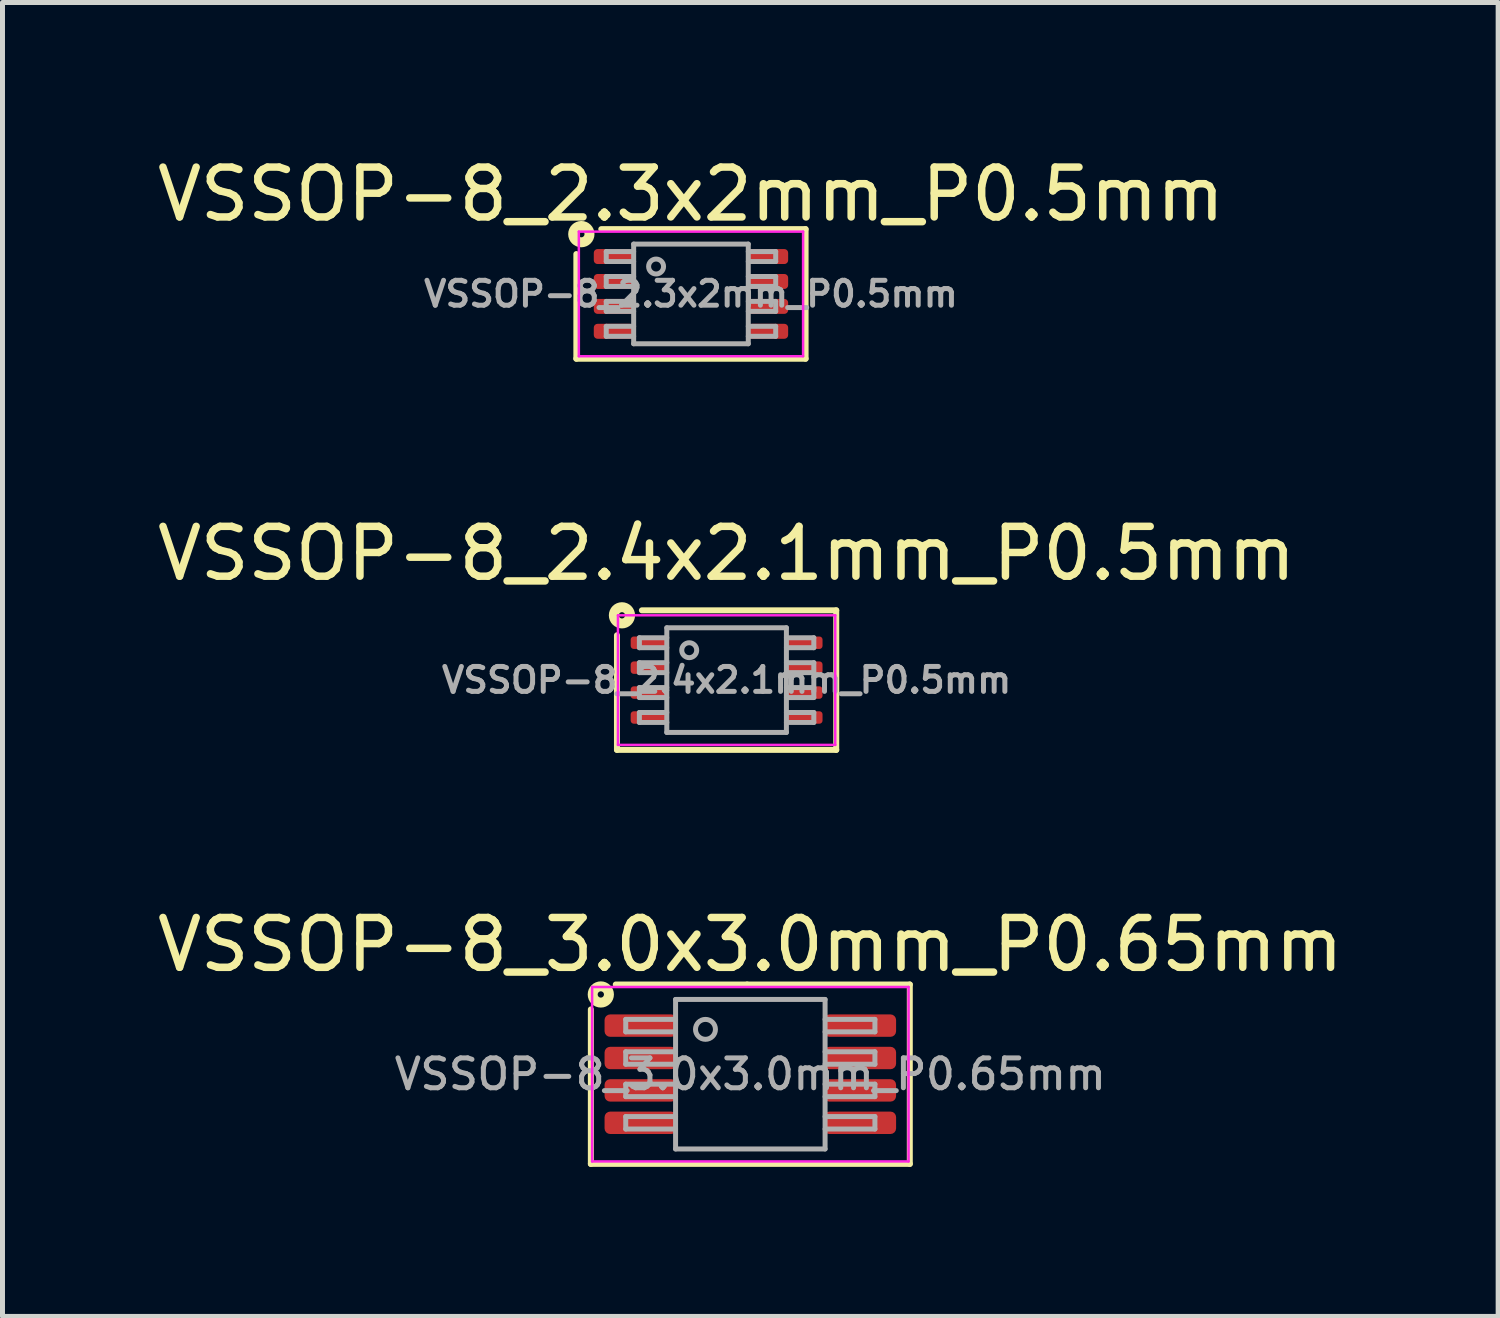
<source format=kicad_pcb>
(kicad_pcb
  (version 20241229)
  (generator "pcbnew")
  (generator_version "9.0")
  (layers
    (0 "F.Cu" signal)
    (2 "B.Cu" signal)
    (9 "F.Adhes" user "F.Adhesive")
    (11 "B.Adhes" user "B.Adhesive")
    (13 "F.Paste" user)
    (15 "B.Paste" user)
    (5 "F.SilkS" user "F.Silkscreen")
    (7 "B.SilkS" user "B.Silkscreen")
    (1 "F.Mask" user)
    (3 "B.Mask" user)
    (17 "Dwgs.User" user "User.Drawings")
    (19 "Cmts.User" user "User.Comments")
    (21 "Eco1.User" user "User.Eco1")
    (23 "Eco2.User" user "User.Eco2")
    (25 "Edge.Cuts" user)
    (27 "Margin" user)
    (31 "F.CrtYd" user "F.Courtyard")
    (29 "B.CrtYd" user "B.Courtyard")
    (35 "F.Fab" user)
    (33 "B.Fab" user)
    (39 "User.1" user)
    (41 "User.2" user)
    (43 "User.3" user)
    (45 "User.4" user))
  (footprint "VSSOP-8_2.3x2mm_P0.5mm"
    (layer "F.Cu")
    (at 10.815 2.848)
    (property "Reference" "VSSOP-8_2.3x2mm_P0.5mm" (at 0 -2 0) (layer "F.SilkS") (effects (font (size 1 1) (thickness 0.15))))
    (attr smd)
    (fp_line (start -2.3 -0.8) (end -2.3 1.3) (stroke (width 0.12) (type solid)) (layer "F.SilkS"))
    (fp_line (start -2.3 1.3) (end 2.3 1.3) (stroke (width 0.12) (type solid)) (layer "F.SilkS"))
    (fp_line (start 2.3 -1.3) (end -1.8 -1.3) (stroke (width 0.12) (type solid)) (layer "F.SilkS"))
    (fp_line (start 2.3 1.3) (end 2.3 -1.3) (stroke (width 0.12) (type solid)) (layer "F.SilkS"))
    (fp_circle (center -2.2 -1.2) (end -2.136 -1.2) (stroke (width 0.2) (type solid)) (fill no) (layer "F.SilkS"))
    (fp_line (start -2.25 -1.25) (end 2.25 -1.25) (stroke (width 0.05) (type solid)) (layer "F.CrtYd"))
    (fp_line (start -2.25 1.25) (end -2.25 -1.25) (stroke (width 0.05) (type solid)) (layer "F.CrtYd"))
    (fp_line (start 2.25 -1.25) (end 2.25 1.25) (stroke (width 0.05) (type solid)) (layer "F.CrtYd"))
    (fp_line (start 2.25 1.25) (end -2.25 1.25) (stroke (width 0.05) (type solid)) (layer "F.CrtYd"))
    (fp_line (start -1.7 -0.85) (end -1.7 -0.65) (stroke (width 0.1) (type solid)) (layer "F.Fab"))
    (fp_line (start -1.7 -0.85) (end -1.15 -0.85) (stroke (width 0.1) (type solid)) (layer "F.Fab"))
    (fp_line (start -1.7 -0.65) (end -1.15 -0.65) (stroke (width 0.1) (type solid)) (layer "F.Fab"))
    (fp_line (start -1.7 -0.35) (end -1.7 -0.15) (stroke (width 0.1) (type solid)) (layer "F.Fab"))
    (fp_line (start -1.7 -0.35) (end -1.15 -0.35) (stroke (width 0.1) (type solid)) (layer "F.Fab"))
    (fp_line (start -1.7 -0.15) (end -1.15 -0.15) (stroke (width 0.1) (type solid)) (layer "F.Fab"))
    (fp_line (start -1.7 0.15) (end -1.7 0.35) (stroke (width 0.1) (type solid)) (layer "F.Fab"))
    (fp_line (start -1.7 0.15) (end -1.15 0.15) (stroke (width 0.1) (type solid)) (layer "F.Fab"))
    (fp_line (start -1.7 0.35) (end -1.15 0.35) (stroke (width 0.1) (type solid)) (layer "F.Fab"))
    (fp_line (start -1.7 0.65) (end -1.7 0.85) (stroke (width 0.1) (type solid)) (layer "F.Fab"))
    (fp_line (start -1.7 0.65) (end -1.15 0.65) (stroke (width 0.1) (type solid)) (layer "F.Fab"))
    (fp_line (start -1.7 0.85) (end -1.15 0.85) (stroke (width 0.1) (type solid)) (layer "F.Fab"))
    (fp_line (start -1.15 -1) (end 1.15 -1) (stroke (width 0.1) (type solid)) (layer "F.Fab"))
    (fp_line (start -1.15 1) (end -1.15 -1) (stroke (width 0.1) (type solid)) (layer "F.Fab"))
    (fp_line (start 1.15 -1) (end 1.15 1) (stroke (width 0.1) (type solid)) (layer "F.Fab"))
    (fp_line (start 1.15 1) (end -1.15 1) (stroke (width 0.1) (type solid)) (layer "F.Fab"))
    (fp_line (start 1.7 -0.85) (end 1.15 -0.85) (stroke (width 0.1) (type solid)) (layer "F.Fab"))
    (fp_line (start 1.7 -0.65) (end 1.15 -0.65) (stroke (width 0.1) (type solid)) (layer "F.Fab"))
    (fp_line (start 1.7 -0.65) (end 1.7 -0.85) (stroke (width 0.1) (type solid)) (layer "F.Fab"))
    (fp_line (start 1.7 -0.35) (end 1.15 -0.35) (stroke (width 0.1) (type solid)) (layer "F.Fab"))
    (fp_line (start 1.7 -0.15) (end 1.15 -0.15) (stroke (width 0.1) (type solid)) (layer "F.Fab"))
    (fp_line (start 1.7 -0.15) (end 1.7 -0.35) (stroke (width 0.1) (type solid)) (layer "F.Fab"))
    (fp_line (start 1.7 0.15) (end 1.15 0.15) (stroke (width 0.1) (type solid)) (layer "F.Fab"))
    (fp_line (start 1.7 0.35) (end 1.15 0.35) (stroke (width 0.1) (type solid)) (layer "F.Fab"))
    (fp_line (start 1.7 0.35) (end 1.7 0.15) (stroke (width 0.1) (type solid)) (layer "F.Fab"))
    (fp_line (start 1.7 0.65) (end 1.15 0.65) (stroke (width 0.1) (type solid)) (layer "F.Fab"))
    (fp_line (start 1.7 0.85) (end 1.15 0.85) (stroke (width 0.1) (type solid)) (layer "F.Fab"))
    (fp_line (start 1.7 0.85) (end 1.7 0.65) (stroke (width 0.1) (type solid)) (layer "F.Fab"))
    (fp_circle (center -0.7 -0.55) (end -0.55 -0.55) (stroke (width 0.1) (type solid)) (fill no) (layer "F.Fab"))
    (fp_text user "${REFERENCE}" (at 0 0 0) (layer "F.Fab") (effects (font (size 0.5 0.5) (thickness 0.1))))
    (pad "1" smd roundrect (at -1.55 -0.75 270) (size 0.3 0.8) (layers "F.Cu" "F.Mask" "F.Paste") (roundrect_rratio 0.25))
    (pad "2" smd roundrect (at -1.55 -0.25 270) (size 0.3 0.8) (layers "F.Cu" "F.Mask" "F.Paste") (roundrect_rratio 0.25))
    (pad "3" smd roundrect (at -1.55 0.25 270) (size 0.3 0.8) (layers "F.Cu" "F.Mask" "F.Paste") (roundrect_rratio 0.25))
    (pad "4" smd roundrect (at -1.55 0.75 270) (size 0.3 0.8) (layers "F.Cu" "F.Mask" "F.Paste") (roundrect_rratio 0.25))
    (pad "5" smd roundrect (at 1.55 0.75 270) (size 0.3 0.8) (layers "F.Cu" "F.Mask" "F.Paste") (roundrect_rratio 0.25))
    (pad "6" smd roundrect (at 1.55 0.25 270) (size 0.3 0.8) (layers "F.Cu" "F.Mask" "F.Paste") (roundrect_rratio 0.25))
    (pad "7" smd roundrect (at 1.55 -0.25 270) (size 0.3 0.8) (layers "F.Cu" "F.Mask" "F.Paste") (roundrect_rratio 0.25))
    (pad "8" smd roundrect (at 1.55 -0.75 270) (size 0.3 0.8) (layers "F.Cu" "F.Mask" "F.Paste") (roundrect_rratio 0.25)))
  (footprint "VSSOP-8_2.4x2.1mm_P0.5mm"
    (layer "F.Cu")
    (at 11.53 10.597)
    (property "Reference" "VSSOP-8_2.4x2.1mm_P0.5mm" (at 0 -2.54 0) (layer "F.SilkS") (effects (font (size 1 1) (thickness 0.15))))
    (attr smd)
    (fp_line (start -2.2 -0.9) (end -2.2 1.4) (stroke (width 0.12) (type solid)) (layer "F.SilkS"))
    (fp_line (start -2.2 1.4) (end 2.2 1.4) (stroke (width 0.12) (type solid)) (layer "F.SilkS"))
    (fp_line (start 2.2 -1.4) (end -1.7 -1.4) (stroke (width 0.12) (type solid)) (layer "F.SilkS"))
    (fp_line (start 2.2 1.4) (end 2.2 -1.4) (stroke (width 0.12) (type solid)) (layer "F.SilkS"))
    (fp_circle (center -2.1 -1.3) (end -2.037 -1.3) (stroke (width 0.2) (type solid)) (fill no) (layer "F.SilkS"))
    (fp_line (start -2.18 -1.3) (end 2.18 -1.3) (stroke (width 0.05) (type solid)) (layer "F.CrtYd"))
    (fp_line (start -2.18 1.3) (end -2.18 -1.3) (stroke (width 0.05) (type solid)) (layer "F.CrtYd"))
    (fp_line (start 2.18 -1.3) (end 2.18 1.3) (stroke (width 0.05) (type solid)) (layer "F.CrtYd"))
    (fp_line (start 2.18 1.3) (end -2.18 1.3) (stroke (width 0.05) (type solid)) (layer "F.CrtYd"))
    (fp_line (start -1.75 -0.85) (end -1.75 -0.65) (stroke (width 0.1) (type solid)) (layer "F.Fab"))
    (fp_line (start -1.75 -0.85) (end -1.2 -0.85) (stroke (width 0.1) (type solid)) (layer "F.Fab"))
    (fp_line (start -1.75 -0.65) (end -1.2 -0.65) (stroke (width 0.1) (type solid)) (layer "F.Fab"))
    (fp_line (start -1.75 -0.35) (end -1.75 -0.15) (stroke (width 0.1) (type solid)) (layer "F.Fab"))
    (fp_line (start -1.75 -0.35) (end -1.2 -0.35) (stroke (width 0.1) (type solid)) (layer "F.Fab"))
    (fp_line (start -1.75 -0.15) (end -1.2 -0.15) (stroke (width 0.1) (type solid)) (layer "F.Fab"))
    (fp_line (start -1.75 0.15) (end -1.75 0.35) (stroke (width 0.1) (type solid)) (layer "F.Fab"))
    (fp_line (start -1.75 0.15) (end -1.2 0.15) (stroke (width 0.1) (type solid)) (layer "F.Fab"))
    (fp_line (start -1.75 0.35) (end -1.2 0.35) (stroke (width 0.1) (type solid)) (layer "F.Fab"))
    (fp_line (start -1.75 0.65) (end -1.75 0.85) (stroke (width 0.1) (type solid)) (layer "F.Fab"))
    (fp_line (start -1.75 0.65) (end -1.2 0.65) (stroke (width 0.1) (type solid)) (layer "F.Fab"))
    (fp_line (start -1.75 0.85) (end -1.2 0.85) (stroke (width 0.1) (type solid)) (layer "F.Fab"))
    (fp_line (start -1.2 -1.05) (end -1.2 1.05) (stroke (width 0.1) (type solid)) (layer "F.Fab"))
    (fp_line (start -1.2 1.05) (end 1.2 1.05) (stroke (width 0.1) (type solid)) (layer "F.Fab"))
    (fp_line (start 1.2 -1.05) (end -1.2 -1.05) (stroke (width 0.1) (type solid)) (layer "F.Fab"))
    (fp_line (start 1.2 1.05) (end 1.2 -1.05) (stroke (width 0.1) (type solid)) (layer "F.Fab"))
    (fp_line (start 1.75 -0.85) (end 1.2 -0.85) (stroke (width 0.1) (type solid)) (layer "F.Fab"))
    (fp_line (start 1.75 -0.65) (end 1.2 -0.65) (stroke (width 0.1) (type solid)) (layer "F.Fab"))
    (fp_line (start 1.75 -0.65) (end 1.75 -0.85) (stroke (width 0.1) (type solid)) (layer "F.Fab"))
    (fp_line (start 1.75 -0.35) (end 1.2 -0.35) (stroke (width 0.1) (type solid)) (layer "F.Fab"))
    (fp_line (start 1.75 -0.15) (end 1.2 -0.15) (stroke (width 0.1) (type solid)) (layer "F.Fab"))
    (fp_line (start 1.75 -0.15) (end 1.75 -0.35) (stroke (width 0.1) (type solid)) (layer "F.Fab"))
    (fp_line (start 1.75 0.15) (end 1.2 0.15) (stroke (width 0.1) (type solid)) (layer "F.Fab"))
    (fp_line (start 1.75 0.35) (end 1.2 0.35) (stroke (width 0.1) (type solid)) (layer "F.Fab"))
    (fp_line (start 1.75 0.35) (end 1.75 0.15) (stroke (width 0.1) (type solid)) (layer "F.Fab"))
    (fp_line (start 1.75 0.65) (end 1.2 0.65) (stroke (width 0.1) (type solid)) (layer "F.Fab"))
    (fp_line (start 1.75 0.85) (end 1.2 0.85) (stroke (width 0.1) (type solid)) (layer "F.Fab"))
    (fp_line (start 1.75 0.85) (end 1.75 0.65) (stroke (width 0.1) (type solid)) (layer "F.Fab"))
    (fp_circle (center -0.75 -0.6) (end -0.6 -0.6) (stroke (width 0.1) (type solid)) (fill no) (layer "F.Fab"))
    (fp_text user "${REFERENCE}" (at 0 0 0) (layer "F.Fab") (effects (font (size 0.5 0.5) (thickness 0.1))))
    (pad "1" smd roundrect (at -1.55 -0.75) (size 0.75 0.25) (layers "F.Cu" "F.Mask" "F.Paste") (roundrect_rratio 0.25))
    (pad "2" smd roundrect (at -1.55 -0.25) (size 0.75 0.25) (layers "F.Cu" "F.Mask" "F.Paste") (roundrect_rratio 0.25))
    (pad "3" smd roundrect (at -1.55 0.25) (size 0.75 0.25) (layers "F.Cu" "F.Mask" "F.Paste") (roundrect_rratio 0.25))
    (pad "4" smd roundrect (at -1.55 0.75) (size 0.75 0.25) (layers "F.Cu" "F.Mask" "F.Paste") (roundrect_rratio 0.25))
    (pad "5" smd roundrect (at 1.55 0.75) (size 0.75 0.25) (layers "F.Cu" "F.Mask" "F.Paste") (roundrect_rratio 0.25))
    (pad "6" smd roundrect (at 1.55 0.25) (size 0.75 0.25) (layers "F.Cu" "F.Mask" "F.Paste") (roundrect_rratio 0.25))
    (pad "7" smd roundrect (at 1.55 -0.25) (size 0.75 0.25) (layers "F.Cu" "F.Mask" "F.Paste") (roundrect_rratio 0.25))
    (pad "8" smd roundrect (at 1.55 -0.75) (size 0.75 0.25) (layers "F.Cu" "F.Mask" "F.Paste") (roundrect_rratio 0.25)))
  (footprint "VSSOP-8_3.0x3.0mm_P0.65mm"
    (layer "F.Cu")
    (at 12.006 18.505)
    (property "Reference" "VSSOP-8_3.0x3.0mm_P0.65mm" (at 0 -2.6 0) (layer "F.SilkS") (effects (font (size 1 1) (thickness 0.15))))
    (attr smd)
    (fp_line (start -3.2 1.8) (end -3.2 -1.3) (stroke (width 0.12) (type solid)) (layer "F.SilkS"))
    (fp_line (start -3.2 1.8) (end 3.2 1.8) (stroke (width 0.12) (type solid)) (layer "F.SilkS"))
    (fp_line (start -0.064 -1.8) (end -2.7 -1.8) (stroke (width 0.12) (type solid)) (layer "F.SilkS"))
    (fp_line (start 3.2 -1.8) (end -0.064 -1.8) (stroke (width 0.12) (type solid)) (layer "F.SilkS"))
    (fp_line (start 3.2 1.8) (end 3.2 -1.8) (stroke (width 0.12) (type solid)) (layer "F.SilkS"))
    (fp_circle (center -3 -1.6) (end -2.937 -1.6) (stroke (width 0.2) (type solid)) (fill no) (layer "F.SilkS"))
    (fp_line (start -3.175 -1.75) (end 3.175 -1.75) (stroke (width 0.05) (type solid)) (layer "F.CrtYd"))
    (fp_line (start -3.175 1.75) (end -3.175 -1.75) (stroke (width 0.05) (type solid)) (layer "F.CrtYd"))
    (fp_line (start 3.175 -1.75) (end 3.175 1.75) (stroke (width 0.05) (type solid)) (layer "F.CrtYd"))
    (fp_line (start 3.175 1.75) (end -3.175 1.75) (stroke (width 0.05) (type solid)) (layer "F.CrtYd"))
    (fp_line (start -2.5 -1.1) (end -2.5 -0.85) (stroke (width 0.1) (type solid)) (layer "F.Fab"))
    (fp_line (start -2.5 -1.1) (end -1.5 -1.1) (stroke (width 0.1) (type solid)) (layer "F.Fab"))
    (fp_line (start -2.5 -0.85) (end -1.5 -0.85) (stroke (width 0.1) (type solid)) (layer "F.Fab"))
    (fp_line (start -2.5 -0.45) (end -2.5 -0.2) (stroke (width 0.1) (type solid)) (layer "F.Fab"))
    (fp_line (start -2.5 -0.45) (end -1.5 -0.45) (stroke (width 0.1) (type solid)) (layer "F.Fab"))
    (fp_line (start -2.5 -0.2) (end -1.5 -0.2) (stroke (width 0.1) (type solid)) (layer "F.Fab"))
    (fp_line (start -2.5 0.2) (end -2.5 0.45) (stroke (width 0.1) (type solid)) (layer "F.Fab"))
    (fp_line (start -2.5 0.2) (end -1.5 0.2) (stroke (width 0.1) (type solid)) (layer "F.Fab"))
    (fp_line (start -2.5 0.45) (end -1.5 0.45) (stroke (width 0.1) (type solid)) (layer "F.Fab"))
    (fp_line (start -2.5 0.85) (end -2.5 1.1) (stroke (width 0.1) (type solid)) (layer "F.Fab"))
    (fp_line (start -2.5 0.85) (end -1.5 0.85) (stroke (width 0.1) (type solid)) (layer "F.Fab"))
    (fp_line (start -2.5 1.1) (end -1.5 1.1) (stroke (width 0.1) (type solid)) (layer "F.Fab"))
    (fp_line (start -1.5 -1.5) (end 1.5 -1.5) (stroke (width 0.1) (type solid)) (layer "F.Fab"))
    (fp_line (start -1.5 1.5) (end -1.5 -1.5) (stroke (width 0.1) (type solid)) (layer "F.Fab"))
    (fp_line (start 1.5 -1.5) (end 1.5 1.5) (stroke (width 0.1) (type solid)) (layer "F.Fab"))
    (fp_line (start 1.5 1.5) (end -1.5 1.5) (stroke (width 0.1) (type solid)) (layer "F.Fab"))
    (fp_line (start 2.5 -1.1) (end 1.5 -1.1) (stroke (width 0.1) (type solid)) (layer "F.Fab"))
    (fp_line (start 2.5 -0.85) (end 1.5 -0.85) (stroke (width 0.1) (type solid)) (layer "F.Fab"))
    (fp_line (start 2.5 -0.85) (end 2.5 -1.1) (stroke (width 0.1) (type solid)) (layer "F.Fab"))
    (fp_line (start 2.5 -0.45) (end 1.5 -0.45) (stroke (width 0.1) (type solid)) (layer "F.Fab"))
    (fp_line (start 2.5 -0.2) (end 1.5 -0.2) (stroke (width 0.1) (type solid)) (layer "F.Fab"))
    (fp_line (start 2.5 -0.2) (end 2.5 -0.45) (stroke (width 0.1) (type solid)) (layer "F.Fab"))
    (fp_line (start 2.5 0.2) (end 1.5 0.2) (stroke (width 0.1) (type solid)) (layer "F.Fab"))
    (fp_line (start 2.5 0.45) (end 1.5 0.45) (stroke (width 0.1) (type solid)) (layer "F.Fab"))
    (fp_line (start 2.5 0.45) (end 2.5 0.2) (stroke (width 0.1) (type solid)) (layer "F.Fab"))
    (fp_line (start 2.5 0.85) (end 1.5 0.85) (stroke (width 0.1) (type solid)) (layer "F.Fab"))
    (fp_line (start 2.5 1.1) (end 1.5 1.1) (stroke (width 0.1) (type solid)) (layer "F.Fab"))
    (fp_line (start 2.5 1.1) (end 2.5 0.85) (stroke (width 0.1) (type solid)) (layer "F.Fab"))
    (fp_circle (center -0.9 -0.9) (end -0.7 -0.9) (stroke (width 0.1) (type solid)) (fill no) (layer "F.Fab"))
    (fp_text user "${REFERENCE}" (at 0 0 0) (layer "F.Fab") (effects (font (size 0.6 0.6) (thickness 0.1))))
    (pad "1" smd roundrect (at -2.2 -0.975 270) (size 0.45 1.45) (layers "F.Cu" "F.Mask" "F.Paste") (roundrect_rratio 0.25))
    (pad "2" smd roundrect (at -2.2 -0.325 270) (size 0.45 1.45) (layers "F.Cu" "F.Mask" "F.Paste") (roundrect_rratio 0.25))
    (pad "3" smd roundrect (at -2.2 0.325 270) (size 0.45 1.45) (layers "F.Cu" "F.Mask" "F.Paste") (roundrect_rratio 0.25))
    (pad "4" smd roundrect (at -2.2 0.975 270) (size 0.45 1.45) (layers "F.Cu" "F.Mask" "F.Paste") (roundrect_rratio 0.25))
    (pad "5" smd roundrect (at 2.2 0.975 270) (size 0.45 1.45) (layers "F.Cu" "F.Mask" "F.Paste") (roundrect_rratio 0.25))
    (pad "6" smd roundrect (at 2.2 0.325 270) (size 0.45 1.45) (layers "F.Cu" "F.Mask" "F.Paste") (roundrect_rratio 0.25))
    (pad "7" smd roundrect (at 2.2 -0.325 270) (size 0.45 1.45) (layers "F.Cu" "F.Mask" "F.Paste") (roundrect_rratio 0.25))
    (pad "8" smd roundrect (at 2.2 -0.975 270) (size 0.45 1.45) (layers "F.Cu" "F.Mask" "F.Paste") (roundrect_rratio 0.25)))
  (gr_rect
    (start -3 -3)
    (end 27.012 23.365)
    (stroke (width 0.1) (type default))
    (fill no)
    (layer "Edge.Cuts")))
</source>
